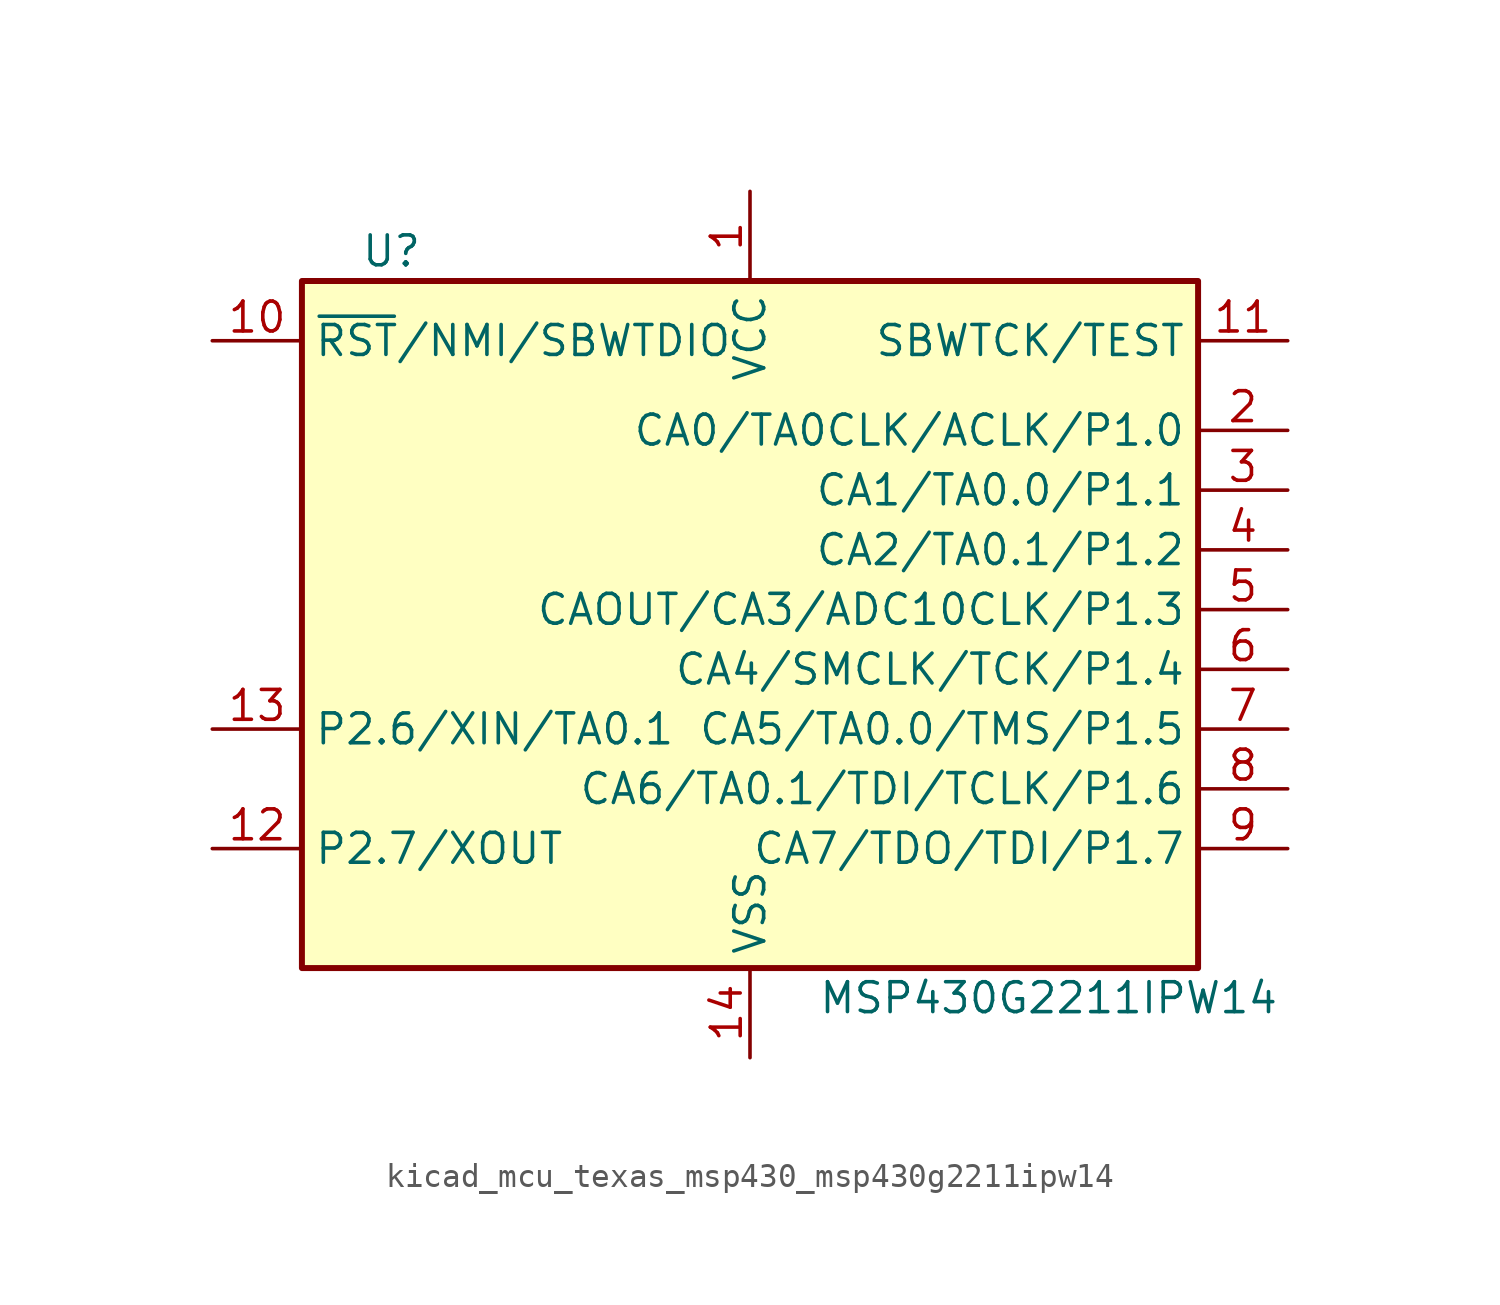
<source format=kicad_sym>
(kicad_symbol_lib
  (version 20220914)
  (generator kicad_symbol_editor)
  (symbol "kicad_mcu_texas_msp430_msp430g2211ipw14"
    (property "Reference" "U"
      (at -15.24 15.24 0)
      (effects (font (size 1.27 1.27))))
    (property "Value" "MSP430G2211IPW14"
      (at 12.7 -16.51 0)
      (effects (font (size 1.27 1.27))))
    (symbol "kicad_mcu_texas_msp430_msp430g2211ipw14_0_1"
      (rectangle (start -19.05 13.97) (end 19.05 -15.24) (stroke (width 0.254) (type default)) (fill (type background))))
    (symbol "kicad_mcu_texas_msp430_msp430g2211ipw14_1_1"
      (pin power_in line (at 0 17.78 270) (length 3.81) (name "VCC" (effects (font (size 1.27 1.27)))) (number "1" (effects (font (size 1.27 1.27)))))
      (pin input line (at -22.86 11.43 0) (length 3.81) (name "~{RST}/NMI/SBWTDIO" (effects (font (size 1.27 1.27)))) (number "10" (effects (font (size 1.27 1.27)))))
      (pin input line (at 22.86 11.43 180) (length 3.81) (name "SBWTCK/TEST" (effects (font (size 1.27 1.27)))) (number "11" (effects (font (size 1.27 1.27)))))
      (pin bidirectional line (at -22.86 -10.16 0) (length 3.81) (name "P2.7/XOUT" (effects (font (size 1.27 1.27)))) (number "12" (effects (font (size 1.27 1.27)))))
      (pin bidirectional line (at -22.86 -5.08 0) (length 3.81) (name "P2.6/XIN/TA0.1" (effects (font (size 1.27 1.27)))) (number "13" (effects (font (size 1.27 1.27)))))
      (pin power_in line (at 0 -19.05 90) (length 3.81) (name "VSS" (effects (font (size 1.27 1.27)))) (number "14" (effects (font (size 1.27 1.27)))))
      (pin bidirectional line (at 22.86 7.62 180) (length 3.81) (name "CA0/TA0CLK/ACLK/P1.0" (effects (font (size 1.27 1.27)))) (number "2" (effects (font (size 1.27 1.27)))))
      (pin bidirectional line (at 22.86 5.08 180) (length 3.81) (name "CA1/TA0.0/P1.1" (effects (font (size 1.27 1.27)))) (number "3" (effects (font (size 1.27 1.27)))))
      (pin bidirectional line (at 22.86 2.54 180) (length 3.81) (name "CA2/TA0.1/P1.2" (effects (font (size 1.27 1.27)))) (number "4" (effects (font (size 1.27 1.27)))))
      (pin bidirectional line (at 22.86 0 180) (length 3.81) (name "CAOUT/CA3/ADC10CLK/P1.3" (effects (font (size 1.27 1.27)))) (number "5" (effects (font (size 1.27 1.27)))))
      (pin bidirectional line (at 22.86 -2.54 180) (length 3.81) (name "CA4/SMCLK/TCK/P1.4" (effects (font (size 1.27 1.27)))) (number "6" (effects (font (size 1.27 1.27)))))
      (pin bidirectional line (at 22.86 -5.08 180) (length 3.81) (name "CA5/TA0.0/TMS/P1.5" (effects (font (size 1.27 1.27)))) (number "7" (effects (font (size 1.27 1.27)))))
      (pin bidirectional line (at 22.86 -7.62 180) (length 3.81) (name "CA6/TA0.1/TDI/TCLK/P1.6" (effects (font (size 1.27 1.27)))) (number "8" (effects (font (size 1.27 1.27)))))
      (pin bidirectional line (at 22.86 -10.16 180) (length 3.81) (name "CA7/TDO/TDI/P1.7" (effects (font (size 1.27 1.27)))) (number "9" (effects (font (size 1.27 1.27))))))))
</source>
